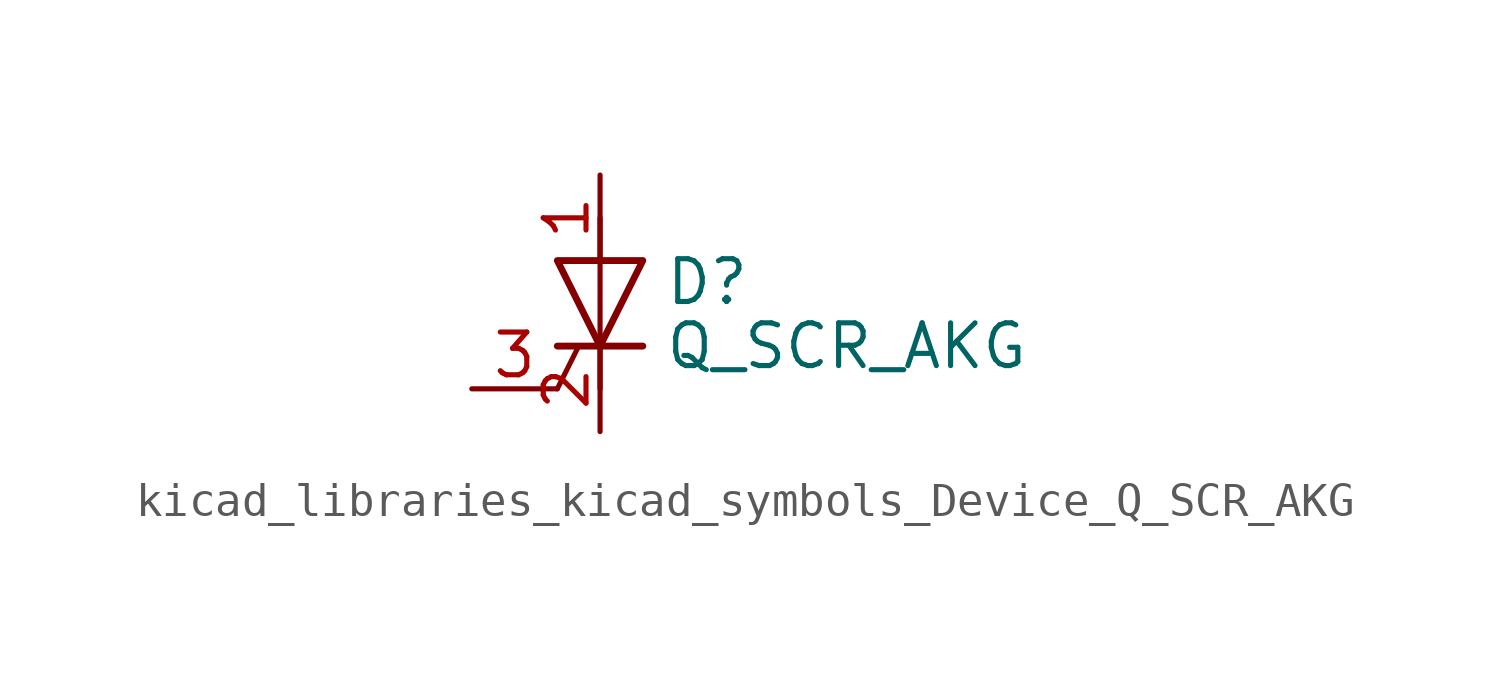
<source format=kicad_sym>
(kicad_symbol_lib
  (version 20220914)
  (generator kicad_symbol_editor)
  (symbol "kicad_libraries_kicad_symbols_Device_Q_SCR_AKG"
    (pin_names
      (offset 0) hide)
    (property "Reference" "D"
      (at 1.905 0.635 0)
      (effects (font (size 1.27 1.27)) (justify left)))
    (property "Value" "Q_SCR_AKG"
      (at 1.905 -1.27 0)
      (effects (font (size 1.27 1.27)) (justify left)))
    (symbol "kicad_libraries_kicad_symbols_Device_Q_SCR_AKG_0_1"
      (polyline (pts (xy -1.27 -2.54) (xy -0.635 -1.27)) (stroke (width 0) (type default)) (fill (type none)))
      (polyline (pts (xy -1.27 -1.27) (xy 1.27 -1.27)) (stroke (width 0.203) (type default)) (fill (type none)))
      (polyline (pts (xy 0 -2.54) (xy 0 2.54)) (stroke (width 0) (type default)) (fill (type none)))
      (polyline (pts (xy -1.27 1.27) (xy 1.27 1.27) (xy 0 -1.27) (xy -1.27 1.27)) (stroke (width 0.203) (type default)) (fill (type none))))
    (symbol "kicad_libraries_kicad_symbols_Device_Q_SCR_AKG_1_1"
      (pin passive line (at 0 3.81 270) (length 2.54) (name "A" (effects (font (size 1.27 1.27)))) (number "1" (effects (font (size 1.27 1.27)))))
      (pin passive line (at 0 -3.81 90) (length 2.54) (name "K" (effects (font (size 1.27 1.27)))) (number "2" (effects (font (size 1.27 1.27)))))
      (pin input line (at -3.81 -2.54 0) (length 2.54) (name "G" (effects (font (size 1.27 1.27)))) (number "3" (effects (font (size 1.27 1.27))))))))
</source>
